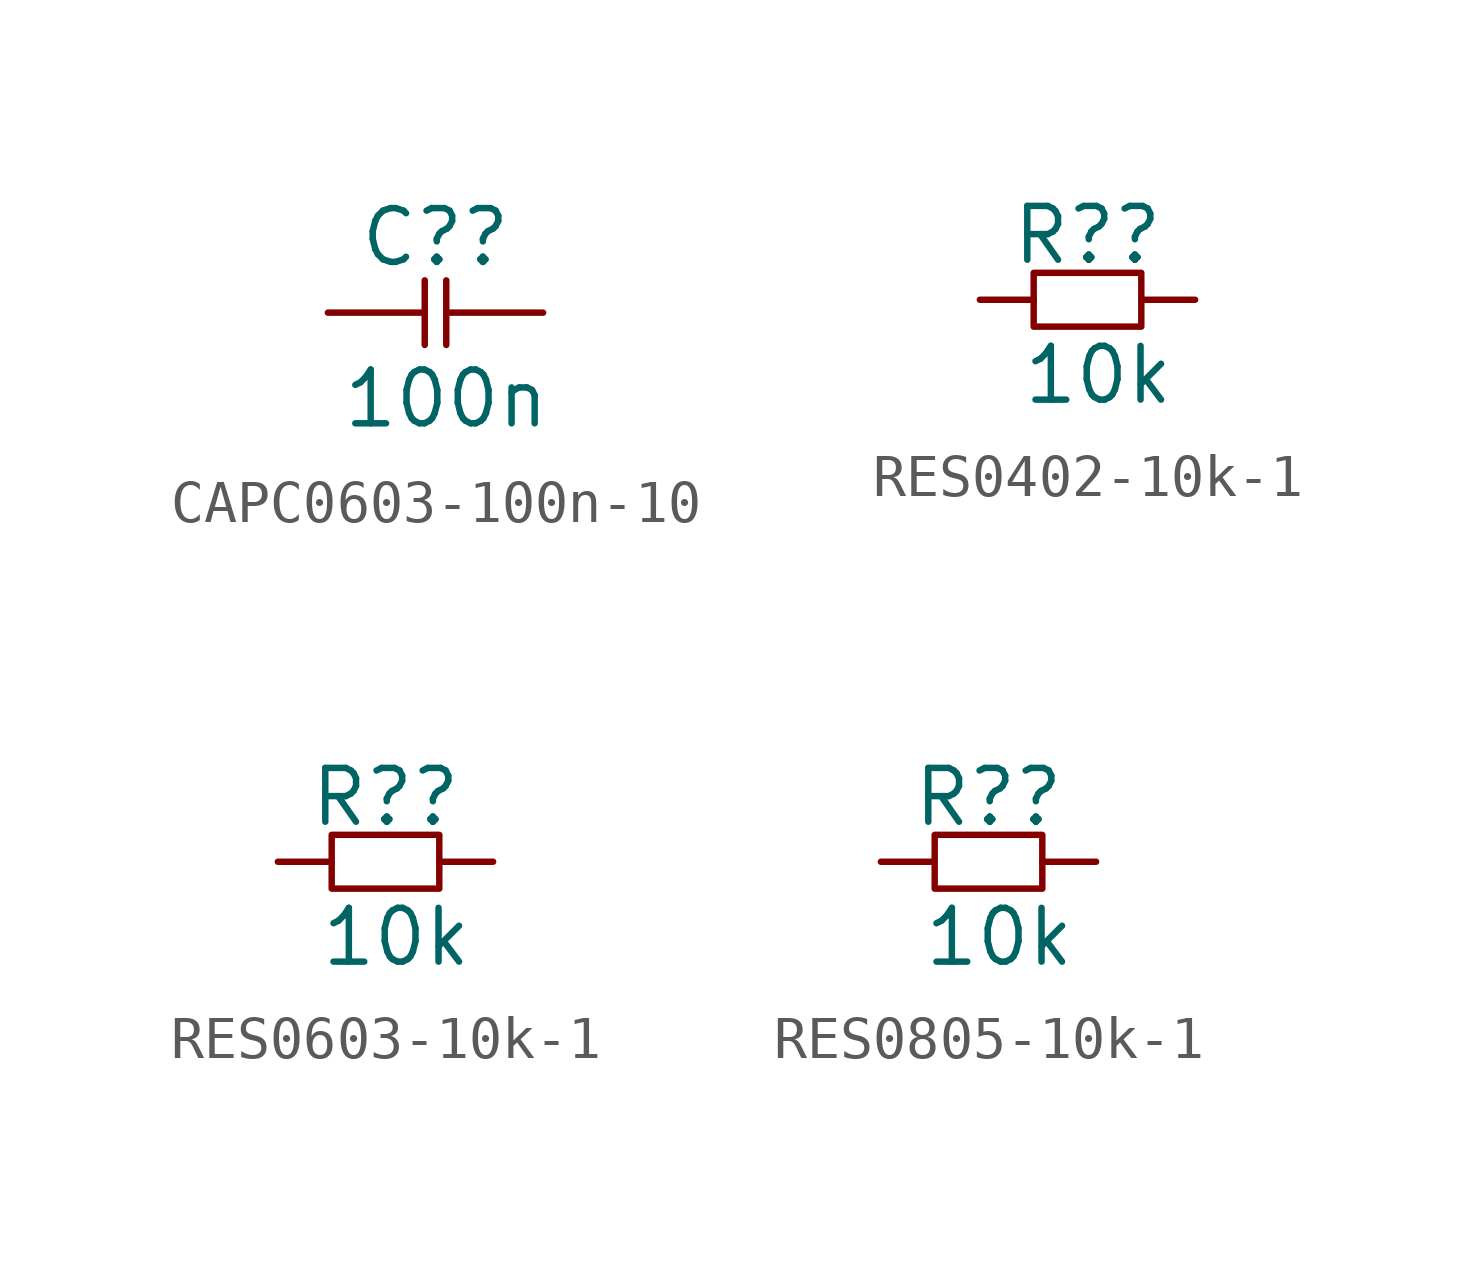
<source format=kicad_sym>
(kicad_symbol_lib
  (version 20231120)
  (generator "kicad_symbol_editor")
  (generator_version "8.0")
  (symbol "CAPC0603-100n-10"
    (pin_numbers hide)
    (pin_names
      (offset 0) hide)
    (property "Reference" "C?"
      (at 0 1.778 0)
      (effects (font (size 1.27 1.27))))
    (property "Value" "100n"
      (at 0.254 -2.032 0)
      (effects (font (size 1.27 1.27))))
    (symbol "CAPC0603-100n-10_0_1"
      (polyline (pts (xy -0.254 0.762) (xy -0.254 -0.762)) (stroke (width 0) (type default)) (fill (type none)))
      (polyline (pts (xy 0.254 0.762) (xy 0.254 -0.762)) (stroke (width 0) (type default)) (fill (type none))))
    (symbol "CAPC0603-100n-10_1_1"
      (pin input line (at -2.54 0 0) (length 2.286) (name "1" (effects (font (size 1.27 1.27)))) (number "1" (effects (font (size 1.27 1.27)))))
      (pin input line (at 2.54 0 180) (length 2.286) (name "2" (effects (font (size 1.27 1.27)))) (number "2" (effects (font (size 1.27 1.27)))))))
  (symbol "RES0402-10k-1"
    (pin_numbers hide)
    (pin_names
      (offset 0) hide)
    (property "Reference" "R?"
      (at 0 1.524 0)
      (effects (font (size 1.27 1.27))))
    (property "Value" "10k"
      (at 0.254 -1.778 0)
      (effects (font (size 1.27 1.27))))
    (symbol "RES0402-10k-1_0_1"
      (polyline (pts (xy -1.27 0.635) (xy -1.27 -0.635) (xy 1.27 -0.635) (xy 1.27 0.635) (xy -1.27 0.635)) (stroke (width 0) (type default)) (fill (type none))))
    (symbol "RES0402-10k-1_1_1"
      (pin input line (at -2.54 0 0) (length 1.27) (name "1" (effects (font (size 1.27 1.27)))) (number "1" (effects (font (size 1.27 1.27)))))
      (pin input line (at 2.54 0 180) (length 1.27) (name "2" (effects (font (size 1.27 1.27)))) (number "2" (effects (font (size 1.27 1.27)))))))
  (symbol "RES0603-10k-1"
    (pin_numbers hide)
    (pin_names
      (offset 0) hide)
    (property "Reference" "R?"
      (at 0 1.524 0)
      (effects (font (size 1.27 1.27))))
    (property "Value" "10k"
      (at 0.254 -1.778 0)
      (effects (font (size 1.27 1.27))))
    (symbol "RES0603-10k-1_0_1"
      (polyline (pts (xy -1.27 0.635) (xy -1.27 -0.635) (xy 1.27 -0.635) (xy 1.27 0.635) (xy -1.27 0.635)) (stroke (width 0) (type default)) (fill (type none))))
    (symbol "RES0603-10k-1_1_1"
      (pin input line (at -2.54 0 0) (length 1.27) (name "1" (effects (font (size 1.27 1.27)))) (number "1" (effects (font (size 1.27 1.27)))))
      (pin input line (at 2.54 0 180) (length 1.27) (name "2" (effects (font (size 1.27 1.27)))) (number "2" (effects (font (size 1.27 1.27)))))))
  (symbol "RES0805-10k-1"
    (pin_numbers hide)
    (pin_names
      (offset 0) hide)
    (property "Reference" "R?"
      (at 0 1.524 0)
      (effects (font (size 1.27 1.27))))
    (property "Value" "10k"
      (at 0.254 -1.778 0)
      (effects (font (size 1.27 1.27))))
    (symbol "RES0805-10k-1_0_1"
      (polyline (pts (xy -1.27 0.635) (xy -1.27 -0.635) (xy 1.27 -0.635) (xy 1.27 0.635) (xy -1.27 0.635)) (stroke (width 0) (type default)) (fill (type none))))
    (symbol "RES0805-10k-1_1_1"
      (pin input line (at -2.54 0 0) (length 1.27) (name "1" (effects (font (size 1.27 1.27)))) (number "1" (effects (font (size 1.27 1.27)))))
      (pin input line (at 2.54 0 180) (length 1.27) (name "2" (effects (font (size 1.27 1.27)))) (number "2" (effects (font (size 1.27 1.27))))))))
</source>
